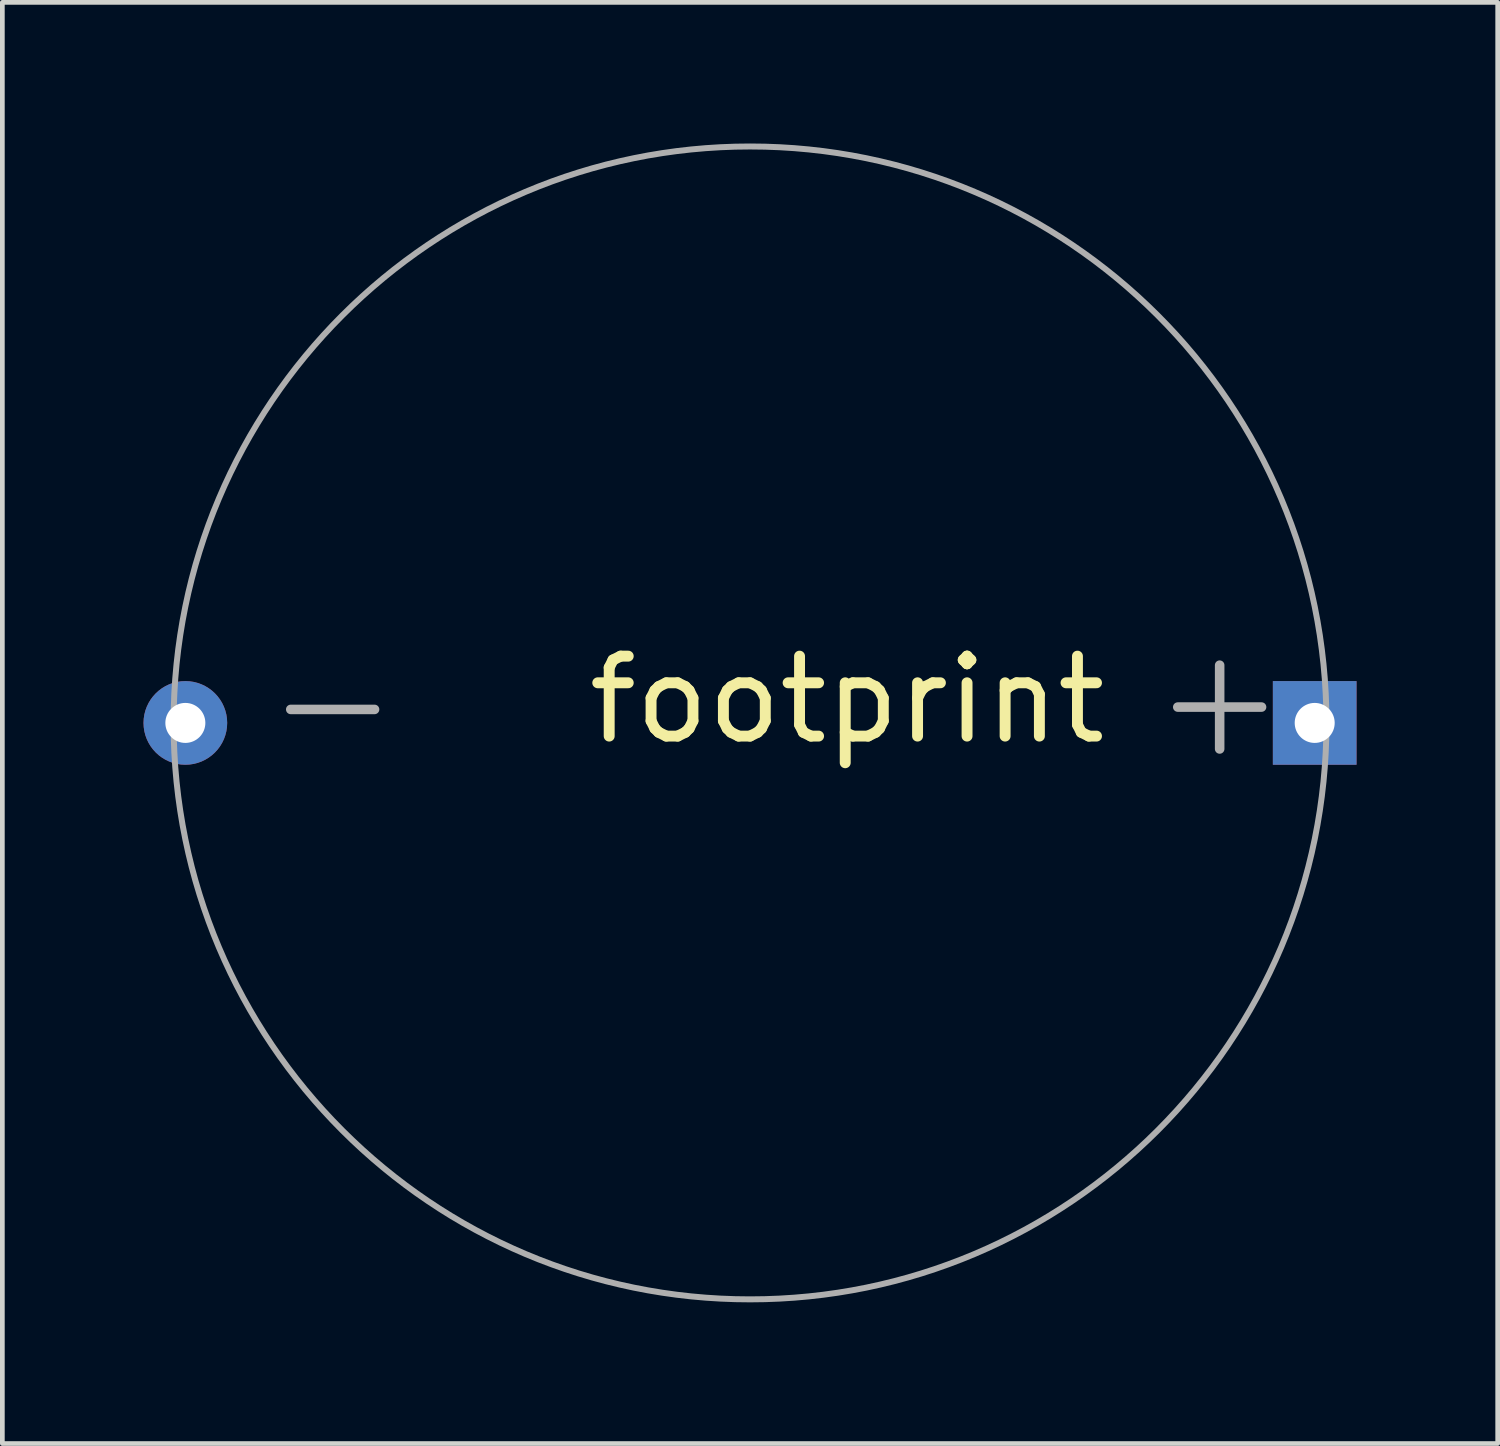
<source format=kicad_pcb>
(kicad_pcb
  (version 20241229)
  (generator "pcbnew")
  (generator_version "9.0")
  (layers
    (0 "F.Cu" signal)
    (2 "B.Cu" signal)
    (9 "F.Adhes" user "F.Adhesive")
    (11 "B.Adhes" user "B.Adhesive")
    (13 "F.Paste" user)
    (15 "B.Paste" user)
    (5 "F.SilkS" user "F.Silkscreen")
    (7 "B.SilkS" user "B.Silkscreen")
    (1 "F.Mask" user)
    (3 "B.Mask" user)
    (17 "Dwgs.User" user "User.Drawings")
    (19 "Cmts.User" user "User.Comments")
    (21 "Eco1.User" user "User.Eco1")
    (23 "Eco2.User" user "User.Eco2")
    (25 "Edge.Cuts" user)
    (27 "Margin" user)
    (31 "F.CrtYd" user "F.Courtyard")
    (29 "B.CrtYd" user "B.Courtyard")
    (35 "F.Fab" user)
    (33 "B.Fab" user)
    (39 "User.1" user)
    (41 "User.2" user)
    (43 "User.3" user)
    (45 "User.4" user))
  (footprint "footprint"
    (layer "F.Cu")
    (at 12.889 12.313)
    (property "Reference" "footprint" (at -3.55 0.5 0) (layer "F.SilkS") (effects (font (size 1.699 1.699) (thickness 0.232)) (justify left bottom)))
    (fp_circle (center 0 0) (end 12.25 0) (stroke (width 0.127) (type solid)) (fill no) (layer "F.Fab"))
    (fp_text user "+" (at 8.4 0.85 0) (layer "F.Fab") (effects (font (size 2.337 2.337) (thickness 0.203)) (justify left bottom)))
    (fp_text user "-" (at -10.45 0.9 0) (layer "F.Fab") (effects (font (size 2.337 2.337) (thickness 0.203)) (justify left bottom)))
    (pad "NEG" thru_hole circle (at -12 0) (size 1.778 1.778) (drill 0.85) (layers "*.Cu" "*.Mask"))
    (pad "POS" thru_hole rect (at 12 0) (size 1.778 1.778) (drill 0.85) (layers "*.Cu" "*.Mask")))
  (gr_rect
    (start -3 -3)
    (end 28.778 27.627)
    (stroke (width 0.1) (type default))
    (fill no)
    (layer "Edge.Cuts")))
</source>
